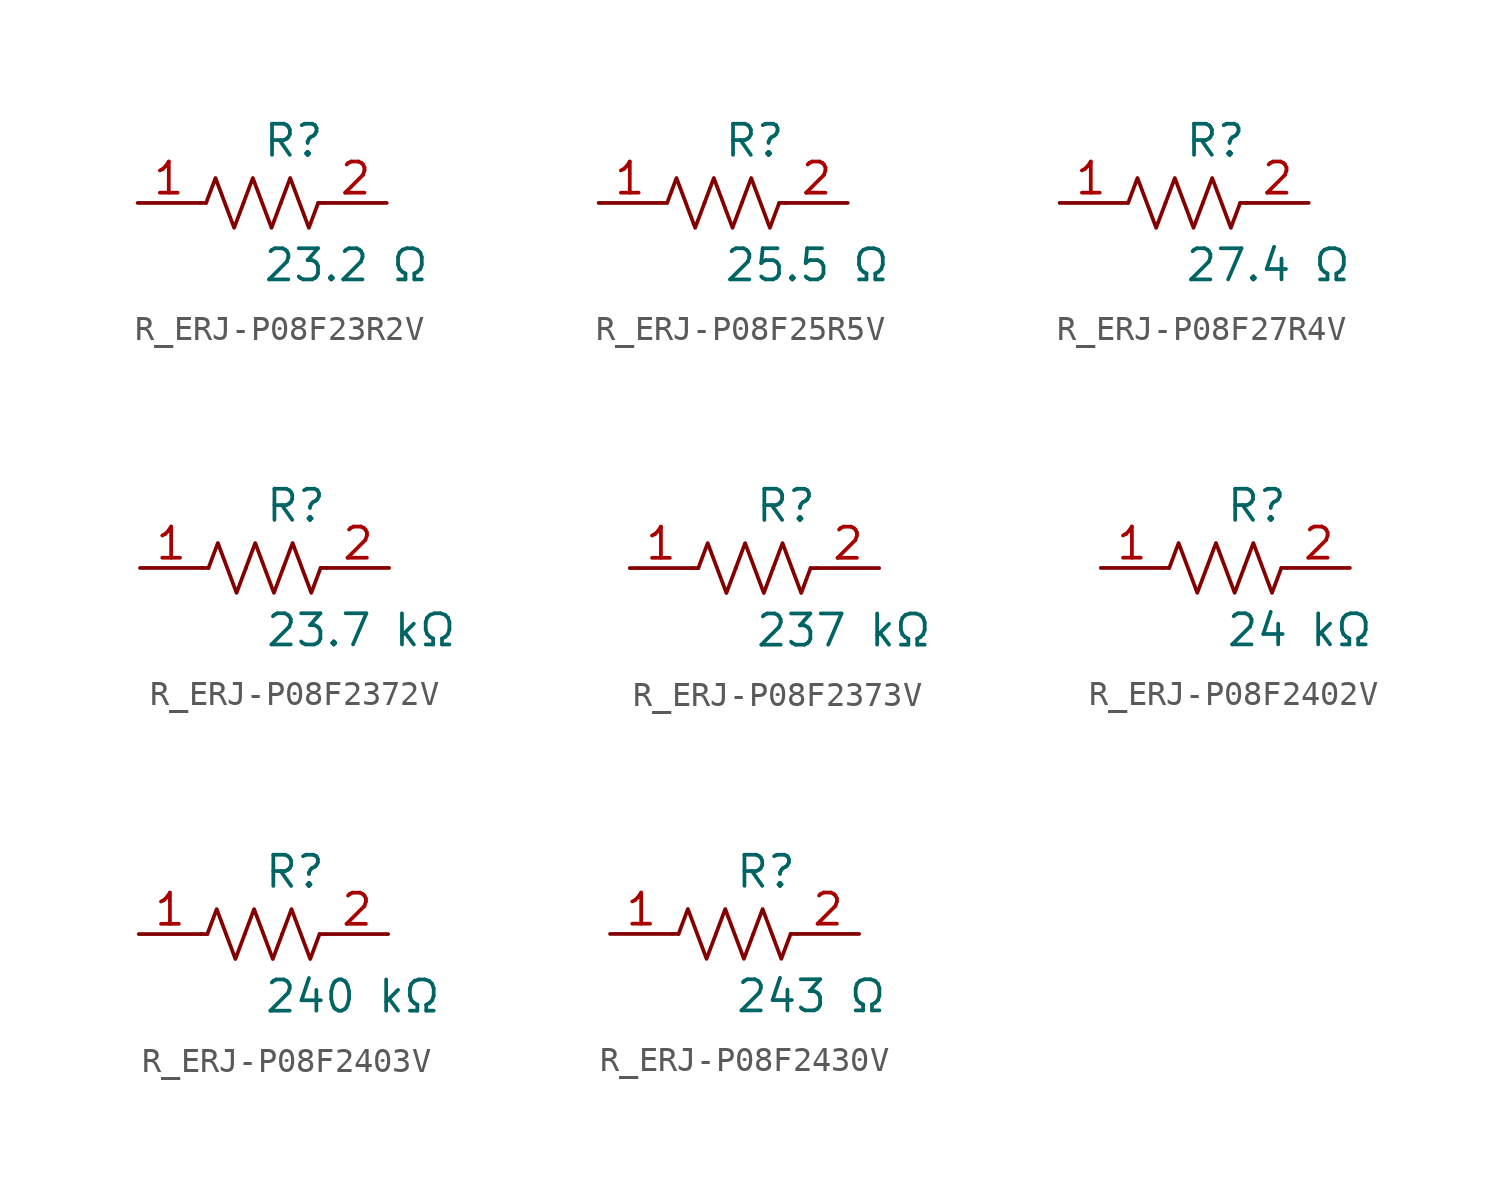
<source format=kicad_sym>
(kicad_symbol_lib
  (version 20231120)
  (generator kicad_symbol_editor)
  (generator_version 8.0)
  (symbol "R_ERJ-P08F23R2V"
    (pin_names
      (offset 0.254))
    (property "Reference" "R"
      (at 0.0 2.54 0)
      (effects (font (size 1.27 1.27)) (justify left)))
    (property "Value" "23.2 Ω"
      (at 0.0 -2.54 0)
      (effects (font (size 1.27 1.27)) (justify left)))
    (symbol "R_ERJ-P08F23R2V_0_1"
      (polyline (pts (xy 2.286 0) (xy 2.54 0)) (stroke (width 0) (type default)) (fill (type none)))
      (polyline (pts (xy -2.286 0) (xy -2.54 0)) (stroke (width 0) (type default)) (fill (type none)))
      (polyline (pts (xy 0.762 0) (xy 1.143 1.016) (xy 1.524 0) (xy 1.905 -1.016) (xy 2.286 0)) (stroke (width 0) (type default)) (fill (type none)))
      (polyline (pts (xy -0.762 0) (xy -0.381 1.016) (xy 0 0) (xy 0.381 -1.016) (xy 0.762 0)) (stroke (width 0) (type default)) (fill (type none)))
      (polyline (pts (xy -2.286 0) (xy -1.905 1.016) (xy -1.524 0) (xy -1.143 -1.016) (xy -0.762 0)) (stroke (width 0) (type default)) (fill (type none))))
    (pin unspecified line
      (at -5.08 0 0)
      (length 2.54)
      (name "" (effects (font (size 1.27 1.27))))
      (number "1" (effects (font (size 1.27 1.27)))))
    (pin unspecified line
      (at 5.08 0 180)
      (length 2.54)
      (name "" (effects (font (size 1.27 1.27))))
      (number "2" (effects (font (size 1.27 1.27))))))
  (symbol "R_ERJ-P08F25R5V"
    (pin_names
      (offset 0.254))
    (property "Reference" "R"
      (at 0.0 2.54 0)
      (effects (font (size 1.27 1.27)) (justify left)))
    (property "Value" "25.5 Ω"
      (at 0.0 -2.54 0)
      (effects (font (size 1.27 1.27)) (justify left)))
    (symbol "R_ERJ-P08F25R5V_0_1"
      (polyline (pts (xy 2.286 0) (xy 2.54 0)) (stroke (width 0) (type default)) (fill (type none)))
      (polyline (pts (xy -2.286 0) (xy -2.54 0)) (stroke (width 0) (type default)) (fill (type none)))
      (polyline (pts (xy 0.762 0) (xy 1.143 1.016) (xy 1.524 0) (xy 1.905 -1.016) (xy 2.286 0)) (stroke (width 0) (type default)) (fill (type none)))
      (polyline (pts (xy -0.762 0) (xy -0.381 1.016) (xy 0 0) (xy 0.381 -1.016) (xy 0.762 0)) (stroke (width 0) (type default)) (fill (type none)))
      (polyline (pts (xy -2.286 0) (xy -1.905 1.016) (xy -1.524 0) (xy -1.143 -1.016) (xy -0.762 0)) (stroke (width 0) (type default)) (fill (type none))))
    (pin unspecified line
      (at -5.08 0 0)
      (length 2.54)
      (name "" (effects (font (size 1.27 1.27))))
      (number "1" (effects (font (size 1.27 1.27)))))
    (pin unspecified line
      (at 5.08 0 180)
      (length 2.54)
      (name "" (effects (font (size 1.27 1.27))))
      (number "2" (effects (font (size 1.27 1.27))))))
  (symbol "R_ERJ-P08F27R4V"
    (pin_names
      (offset 0.254))
    (property "Reference" "R"
      (at 0.0 2.54 0)
      (effects (font (size 1.27 1.27)) (justify left)))
    (property "Value" "27.4 Ω"
      (at 0.0 -2.54 0)
      (effects (font (size 1.27 1.27)) (justify left)))
    (symbol "R_ERJ-P08F27R4V_0_1"
      (polyline (pts (xy 2.286 0) (xy 2.54 0)) (stroke (width 0) (type default)) (fill (type none)))
      (polyline (pts (xy -2.286 0) (xy -2.54 0)) (stroke (width 0) (type default)) (fill (type none)))
      (polyline (pts (xy 0.762 0) (xy 1.143 1.016) (xy 1.524 0) (xy 1.905 -1.016) (xy 2.286 0)) (stroke (width 0) (type default)) (fill (type none)))
      (polyline (pts (xy -0.762 0) (xy -0.381 1.016) (xy 0 0) (xy 0.381 -1.016) (xy 0.762 0)) (stroke (width 0) (type default)) (fill (type none)))
      (polyline (pts (xy -2.286 0) (xy -1.905 1.016) (xy -1.524 0) (xy -1.143 -1.016) (xy -0.762 0)) (stroke (width 0) (type default)) (fill (type none))))
    (pin unspecified line
      (at -5.08 0 0)
      (length 2.54)
      (name "" (effects (font (size 1.27 1.27))))
      (number "1" (effects (font (size 1.27 1.27)))))
    (pin unspecified line
      (at 5.08 0 180)
      (length 2.54)
      (name "" (effects (font (size 1.27 1.27))))
      (number "2" (effects (font (size 1.27 1.27))))))
  (symbol "R_ERJ-P08F2372V"
    (pin_names
      (offset 0.254))
    (property "Reference" "R"
      (at 0.0 2.54 0)
      (effects (font (size 1.27 1.27)) (justify left)))
    (property "Value" "23.7 kΩ"
      (at 0.0 -2.54 0)
      (effects (font (size 1.27 1.27)) (justify left)))
    (symbol "R_ERJ-P08F2372V_0_1"
      (polyline (pts (xy 2.286 0) (xy 2.54 0)) (stroke (width 0) (type default)) (fill (type none)))
      (polyline (pts (xy -2.286 0) (xy -2.54 0)) (stroke (width 0) (type default)) (fill (type none)))
      (polyline (pts (xy 0.762 0) (xy 1.143 1.016) (xy 1.524 0) (xy 1.905 -1.016) (xy 2.286 0)) (stroke (width 0) (type default)) (fill (type none)))
      (polyline (pts (xy -0.762 0) (xy -0.381 1.016) (xy 0 0) (xy 0.381 -1.016) (xy 0.762 0)) (stroke (width 0) (type default)) (fill (type none)))
      (polyline (pts (xy -2.286 0) (xy -1.905 1.016) (xy -1.524 0) (xy -1.143 -1.016) (xy -0.762 0)) (stroke (width 0) (type default)) (fill (type none))))
    (pin unspecified line
      (at -5.08 0 0)
      (length 2.54)
      (name "" (effects (font (size 1.27 1.27))))
      (number "1" (effects (font (size 1.27 1.27)))))
    (pin unspecified line
      (at 5.08 0 180)
      (length 2.54)
      (name "" (effects (font (size 1.27 1.27))))
      (number "2" (effects (font (size 1.27 1.27))))))
  (symbol "R_ERJ-P08F2373V"
    (pin_names
      (offset 0.254))
    (property "Reference" "R"
      (at 0.0 2.54 0)
      (effects (font (size 1.27 1.27)) (justify left)))
    (property "Value" "237 kΩ"
      (at 0.0 -2.54 0)
      (effects (font (size 1.27 1.27)) (justify left)))
    (symbol "R_ERJ-P08F2373V_0_1"
      (polyline (pts (xy 2.286 0) (xy 2.54 0)) (stroke (width 0) (type default)) (fill (type none)))
      (polyline (pts (xy -2.286 0) (xy -2.54 0)) (stroke (width 0) (type default)) (fill (type none)))
      (polyline (pts (xy 0.762 0) (xy 1.143 1.016) (xy 1.524 0) (xy 1.905 -1.016) (xy 2.286 0)) (stroke (width 0) (type default)) (fill (type none)))
      (polyline (pts (xy -0.762 0) (xy -0.381 1.016) (xy 0 0) (xy 0.381 -1.016) (xy 0.762 0)) (stroke (width 0) (type default)) (fill (type none)))
      (polyline (pts (xy -2.286 0) (xy -1.905 1.016) (xy -1.524 0) (xy -1.143 -1.016) (xy -0.762 0)) (stroke (width 0) (type default)) (fill (type none))))
    (pin unspecified line
      (at -5.08 0 0)
      (length 2.54)
      (name "" (effects (font (size 1.27 1.27))))
      (number "1" (effects (font (size 1.27 1.27)))))
    (pin unspecified line
      (at 5.08 0 180)
      (length 2.54)
      (name "" (effects (font (size 1.27 1.27))))
      (number "2" (effects (font (size 1.27 1.27))))))
  (symbol "R_ERJ-P08F2402V"
    (pin_names
      (offset 0.254))
    (property "Reference" "R"
      (at 0.0 2.54 0)
      (effects (font (size 1.27 1.27)) (justify left)))
    (property "Value" "24 kΩ"
      (at 0.0 -2.54 0)
      (effects (font (size 1.27 1.27)) (justify left)))
    (symbol "R_ERJ-P08F2402V_0_1"
      (polyline (pts (xy 2.286 0) (xy 2.54 0)) (stroke (width 0) (type default)) (fill (type none)))
      (polyline (pts (xy -2.286 0) (xy -2.54 0)) (stroke (width 0) (type default)) (fill (type none)))
      (polyline (pts (xy 0.762 0) (xy 1.143 1.016) (xy 1.524 0) (xy 1.905 -1.016) (xy 2.286 0)) (stroke (width 0) (type default)) (fill (type none)))
      (polyline (pts (xy -0.762 0) (xy -0.381 1.016) (xy 0 0) (xy 0.381 -1.016) (xy 0.762 0)) (stroke (width 0) (type default)) (fill (type none)))
      (polyline (pts (xy -2.286 0) (xy -1.905 1.016) (xy -1.524 0) (xy -1.143 -1.016) (xy -0.762 0)) (stroke (width 0) (type default)) (fill (type none))))
    (pin unspecified line
      (at -5.08 0 0)
      (length 2.54)
      (name "" (effects (font (size 1.27 1.27))))
      (number "1" (effects (font (size 1.27 1.27)))))
    (pin unspecified line
      (at 5.08 0 180)
      (length 2.54)
      (name "" (effects (font (size 1.27 1.27))))
      (number "2" (effects (font (size 1.27 1.27))))))
  (symbol "R_ERJ-P08F2403V"
    (pin_names
      (offset 0.254))
    (property "Reference" "R"
      (at 0.0 2.54 0)
      (effects (font (size 1.27 1.27)) (justify left)))
    (property "Value" "240 kΩ"
      (at 0.0 -2.54 0)
      (effects (font (size 1.27 1.27)) (justify left)))
    (symbol "R_ERJ-P08F2403V_0_1"
      (polyline (pts (xy 2.286 0) (xy 2.54 0)) (stroke (width 0) (type default)) (fill (type none)))
      (polyline (pts (xy -2.286 0) (xy -2.54 0)) (stroke (width 0) (type default)) (fill (type none)))
      (polyline (pts (xy 0.762 0) (xy 1.143 1.016) (xy 1.524 0) (xy 1.905 -1.016) (xy 2.286 0)) (stroke (width 0) (type default)) (fill (type none)))
      (polyline (pts (xy -0.762 0) (xy -0.381 1.016) (xy 0 0) (xy 0.381 -1.016) (xy 0.762 0)) (stroke (width 0) (type default)) (fill (type none)))
      (polyline (pts (xy -2.286 0) (xy -1.905 1.016) (xy -1.524 0) (xy -1.143 -1.016) (xy -0.762 0)) (stroke (width 0) (type default)) (fill (type none))))
    (pin unspecified line
      (at -5.08 0 0)
      (length 2.54)
      (name "" (effects (font (size 1.27 1.27))))
      (number "1" (effects (font (size 1.27 1.27)))))
    (pin unspecified line
      (at 5.08 0 180)
      (length 2.54)
      (name "" (effects (font (size 1.27 1.27))))
      (number "2" (effects (font (size 1.27 1.27))))))
  (symbol "R_ERJ-P08F2430V"
    (pin_names
      (offset 0.254))
    (property "Reference" "R"
      (at 0.0 2.54 0)
      (effects (font (size 1.27 1.27)) (justify left)))
    (property "Value" "243 Ω"
      (at 0.0 -2.54 0)
      (effects (font (size 1.27 1.27)) (justify left)))
    (symbol "R_ERJ-P08F2430V_0_1"
      (polyline (pts (xy 2.286 0) (xy 2.54 0)) (stroke (width 0) (type default)) (fill (type none)))
      (polyline (pts (xy -2.286 0) (xy -2.54 0)) (stroke (width 0) (type default)) (fill (type none)))
      (polyline (pts (xy 0.762 0) (xy 1.143 1.016) (xy 1.524 0) (xy 1.905 -1.016) (xy 2.286 0)) (stroke (width 0) (type default)) (fill (type none)))
      (polyline (pts (xy -0.762 0) (xy -0.381 1.016) (xy 0 0) (xy 0.381 -1.016) (xy 0.762 0)) (stroke (width 0) (type default)) (fill (type none)))
      (polyline (pts (xy -2.286 0) (xy -1.905 1.016) (xy -1.524 0) (xy -1.143 -1.016) (xy -0.762 0)) (stroke (width 0) (type default)) (fill (type none))))
    (pin unspecified line
      (at -5.08 0 0)
      (length 2.54)
      (name "" (effects (font (size 1.27 1.27))))
      (number "1" (effects (font (size 1.27 1.27)))))
    (pin unspecified line
      (at 5.08 0 180)
      (length 2.54)
      (name "" (effects (font (size 1.27 1.27))))
      (number "2" (effects (font (size 1.27 1.27)))))))
</source>
